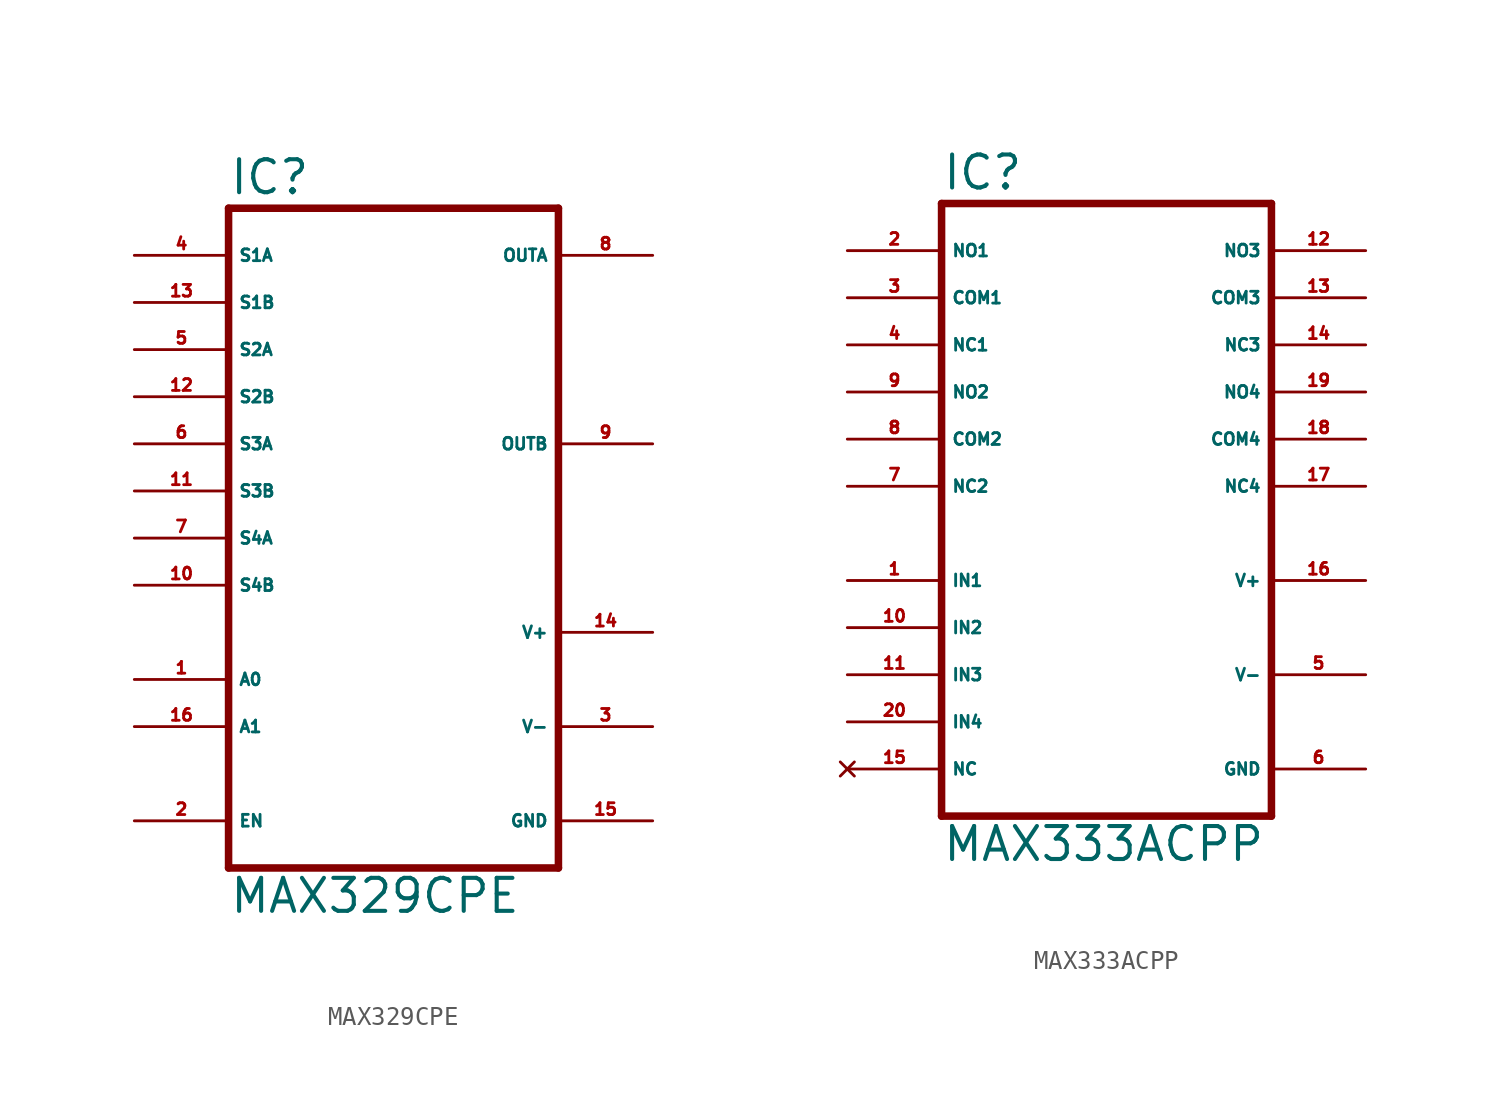
<source format=kicad_sym>
(kicad_symbol_lib
  (version 20220914)
  (generator Eagle2Kicad)
  (symbol "MAX329CPE"
    (property "Reference" "IC"
      (at -10.16 18.415 0)
      (effects (font (size 1.778 1.778) (thickness 0.22)) (justify left bottom)))
    (property "Value" "MAX329CPE"
      (at -10.16 -20.32 0)
      (effects (font (size 1.778 1.778) (thickness 0.22)) (justify left bottom)))
    (polyline
      (pts (xy 7.62 -17.78) (xy -10.16 -17.78))
      (stroke (width 0.406) (type default))
      (fill (type none)))
    (polyline
      (pts (xy -10.16 17.78) (xy -10.16 -17.78))
      (stroke (width 0.406) (type default))
      (fill (type none)))
    (polyline
      (pts (xy -10.16 17.78) (xy 7.62 17.78))
      (stroke (width 0.406) (type default))
      (fill (type none)))
    (polyline
      (pts (xy 7.62 -17.78) (xy 7.62 17.78))
      (stroke (width 0.406) (type default))
      (fill (type none)))
    (pin passive line
      (at -15.24 5.08 0)
      (length 5.08)
      (name "S3A" (effects (font (size 0.635 0.635) (thickness 0.08)) (justify left bottom)))
      (number "6" (effects (font (size 0.635 0.635) (thickness 0.08)) (justify left bottom))))
    (pin passive line
      (at -15.24 2.54 0)
      (length 5.08)
      (name "S3B" (effects (font (size 0.635 0.635) (thickness 0.08)) (justify left bottom)))
      (number "11" (effects (font (size 0.635 0.635) (thickness 0.08)) (justify left bottom))))
    (pin passive line
      (at -15.24 0 0)
      (length 5.08)
      (name "S4A" (effects (font (size 0.635 0.635) (thickness 0.08)) (justify left bottom)))
      (number "7" (effects (font (size 0.635 0.635) (thickness 0.08)) (justify left bottom))))
    (pin passive line
      (at -15.24 -2.54 0)
      (length 5.08)
      (name "S4B" (effects (font (size 0.635 0.635) (thickness 0.08)) (justify left bottom)))
      (number "10" (effects (font (size 0.635 0.635) (thickness 0.08)) (justify left bottom))))
    (pin passive line
      (at -15.24 15.24 0)
      (length 5.08)
      (name "S1A" (effects (font (size 0.635 0.635) (thickness 0.08)) (justify left bottom)))
      (number "4" (effects (font (size 0.635 0.635) (thickness 0.08)) (justify left bottom))))
    (pin passive line
      (at -15.24 12.7 0)
      (length 5.08)
      (name "S1B" (effects (font (size 0.635 0.635) (thickness 0.08)) (justify left bottom)))
      (number "13" (effects (font (size 0.635 0.635) (thickness 0.08)) (justify left bottom))))
    (pin passive line
      (at -15.24 10.16 0)
      (length 5.08)
      (name "S2A" (effects (font (size 0.635 0.635) (thickness 0.08)) (justify left bottom)))
      (number "5" (effects (font (size 0.635 0.635) (thickness 0.08)) (justify left bottom))))
    (pin passive line
      (at -15.24 7.62 0)
      (length 5.08)
      (name "S2B" (effects (font (size 0.635 0.635) (thickness 0.08)) (justify left bottom)))
      (number "12" (effects (font (size 0.635 0.635) (thickness 0.08)) (justify left bottom))))
    (pin passive line
      (at 12.7 15.24 180)
      (length 5.08)
      (name "OUTA" (effects (font (size 0.635 0.635) (thickness 0.08)) (justify left bottom)))
      (number "8" (effects (font (size 0.635 0.635) (thickness 0.08)) (justify left bottom))))
    (pin unspecified line
      (at 12.7 -15.24 180)
      (length 5.08)
      (name "GND" (effects (font (size 0.635 0.635) (thickness 0.08)) (justify left bottom)))
      (number "15" (effects (font (size 0.635 0.635) (thickness 0.08)) (justify left bottom))))
    (pin unspecified line
      (at 12.7 -10.16 180)
      (length 5.08)
      (name "V-" (effects (font (size 0.635 0.635) (thickness 0.08)) (justify left bottom)))
      (number "3" (effects (font (size 0.635 0.635) (thickness 0.08)) (justify left bottom))))
    (pin unspecified line
      (at 12.7 -5.08 180)
      (length 5.08)
      (name "V+" (effects (font (size 0.635 0.635) (thickness 0.08)) (justify left bottom)))
      (number "14" (effects (font (size 0.635 0.635) (thickness 0.08)) (justify left bottom))))
    (pin input line
      (at -15.24 -7.62 0)
      (length 5.08)
      (name "A0" (effects (font (size 0.635 0.635) (thickness 0.08)) (justify left bottom)))
      (number "1" (effects (font (size 0.635 0.635) (thickness 0.08)) (justify left bottom))))
    (pin input line
      (at -15.24 -10.16 0)
      (length 5.08)
      (name "A1" (effects (font (size 0.635 0.635) (thickness 0.08)) (justify left bottom)))
      (number "16" (effects (font (size 0.635 0.635) (thickness 0.08)) (justify left bottom))))
    (pin input line
      (at -15.24 -15.24 0)
      (length 5.08)
      (name "EN" (effects (font (size 0.635 0.635) (thickness 0.08)) (justify left bottom)))
      (number "2" (effects (font (size 0.635 0.635) (thickness 0.08)) (justify left bottom))))
    (pin passive line
      (at 12.7 5.08 180)
      (length 5.08)
      (name "OUTB" (effects (font (size 0.635 0.635) (thickness 0.08)) (justify left bottom)))
      (number "9" (effects (font (size 0.635 0.635) (thickness 0.08)) (justify left bottom)))))
  (symbol "MAX333ACPP"
    (property "Reference" "IC"
      (at -10.16 15.875 0)
      (effects (font (size 1.778 1.778) (thickness 0.22)) (justify left bottom)))
    (property "Value" "MAX333ACPP"
      (at -10.16 -20.32 0)
      (effects (font (size 1.778 1.778) (thickness 0.22)) (justify left bottom)))
    (polyline
      (pts (xy -10.16 15.24) (xy -10.16 -17.78))
      (stroke (width 0.406) (type default))
      (fill (type none)))
    (polyline
      (pts (xy -10.16 15.24) (xy 7.62 15.24))
      (stroke (width 0.406) (type default))
      (fill (type none)))
    (polyline
      (pts (xy 7.62 -17.78) (xy 7.62 15.24))
      (stroke (width 0.406) (type default))
      (fill (type none)))
    (polyline
      (pts (xy 7.62 -17.78) (xy -10.16 -17.78))
      (stroke (width 0.406) (type default))
      (fill (type none)))
    (pin input line
      (at -15.24 -5.08 0)
      (length 5.08)
      (name "IN1" (effects (font (size 0.635 0.635) (thickness 0.08)) (justify left bottom)))
      (number "1" (effects (font (size 0.635 0.635) (thickness 0.08)) (justify left bottom))))
    (pin input line
      (at -15.24 -7.62 0)
      (length 5.08)
      (name "IN2" (effects (font (size 0.635 0.635) (thickness 0.08)) (justify left bottom)))
      (number "10" (effects (font (size 0.635 0.635) (thickness 0.08)) (justify left bottom))))
    (pin input line
      (at -15.24 -10.16 0)
      (length 5.08)
      (name "IN3" (effects (font (size 0.635 0.635) (thickness 0.08)) (justify left bottom)))
      (number "11" (effects (font (size 0.635 0.635) (thickness 0.08)) (justify left bottom))))
    (pin input line
      (at -15.24 -12.7 0)
      (length 5.08)
      (name "IN4" (effects (font (size 0.635 0.635) (thickness 0.08)) (justify left bottom)))
      (number "20" (effects (font (size 0.635 0.635) (thickness 0.08)) (justify left bottom))))
    (pin passive line
      (at -15.24 12.7 0)
      (length 5.08)
      (name "NO1" (effects (font (size 0.635 0.635) (thickness 0.08)) (justify left bottom)))
      (number "2" (effects (font (size 0.635 0.635) (thickness 0.08)) (justify left bottom))))
    (pin passive line
      (at -15.24 10.16 0)
      (length 5.08)
      (name "COM1" (effects (font (size 0.635 0.635) (thickness 0.08)) (justify left bottom)))
      (number "3" (effects (font (size 0.635 0.635) (thickness 0.08)) (justify left bottom))))
    (pin passive line
      (at -15.24 7.62 0)
      (length 5.08)
      (name "NC1" (effects (font (size 0.635 0.635) (thickness 0.08)) (justify left bottom)))
      (number "4" (effects (font (size 0.635 0.635) (thickness 0.08)) (justify left bottom))))
    (pin passive line
      (at -15.24 5.08 0)
      (length 5.08)
      (name "NO2" (effects (font (size 0.635 0.635) (thickness 0.08)) (justify left bottom)))
      (number "9" (effects (font (size 0.635 0.635) (thickness 0.08)) (justify left bottom))))
    (pin passive line
      (at -15.24 2.54 0)
      (length 5.08)
      (name "COM2" (effects (font (size 0.635 0.635) (thickness 0.08)) (justify left bottom)))
      (number "8" (effects (font (size 0.635 0.635) (thickness 0.08)) (justify left bottom))))
    (pin passive line
      (at -15.24 0 0)
      (length 5.08)
      (name "NC2" (effects (font (size 0.635 0.635) (thickness 0.08)) (justify left bottom)))
      (number "7" (effects (font (size 0.635 0.635) (thickness 0.08)) (justify left bottom))))
    (pin passive line
      (at 12.7 12.7 180)
      (length 5.08)
      (name "NO3" (effects (font (size 0.635 0.635) (thickness 0.08)) (justify left bottom)))
      (number "12" (effects (font (size 0.635 0.635) (thickness 0.08)) (justify left bottom))))
    (pin passive line
      (at 12.7 10.16 180)
      (length 5.08)
      (name "COM3" (effects (font (size 0.635 0.635) (thickness 0.08)) (justify left bottom)))
      (number "13" (effects (font (size 0.635 0.635) (thickness 0.08)) (justify left bottom))))
    (pin passive line
      (at 12.7 7.62 180)
      (length 5.08)
      (name "NC3" (effects (font (size 0.635 0.635) (thickness 0.08)) (justify left bottom)))
      (number "14" (effects (font (size 0.635 0.635) (thickness 0.08)) (justify left bottom))))
    (pin passive line
      (at 12.7 5.08 180)
      (length 5.08)
      (name "NO4" (effects (font (size 0.635 0.635) (thickness 0.08)) (justify left bottom)))
      (number "19" (effects (font (size 0.635 0.635) (thickness 0.08)) (justify left bottom))))
    (pin passive line
      (at 12.7 2.54 180)
      (length 5.08)
      (name "COM4" (effects (font (size 0.635 0.635) (thickness 0.08)) (justify left bottom)))
      (number "18" (effects (font (size 0.635 0.635) (thickness 0.08)) (justify left bottom))))
    (pin passive line
      (at 12.7 0 180)
      (length 5.08)
      (name "NC4" (effects (font (size 0.635 0.635) (thickness 0.08)) (justify left bottom)))
      (number "17" (effects (font (size 0.635 0.635) (thickness 0.08)) (justify left bottom))))
    (pin unspecified line
      (at 12.7 -5.08 180)
      (length 5.08)
      (name "V+" (effects (font (size 0.635 0.635) (thickness 0.08)) (justify left bottom)))
      (number "16" (effects (font (size 0.635 0.635) (thickness 0.08)) (justify left bottom))))
    (pin unspecified line
      (at 12.7 -10.16 180)
      (length 5.08)
      (name "V-" (effects (font (size 0.635 0.635) (thickness 0.08)) (justify left bottom)))
      (number "5" (effects (font (size 0.635 0.635) (thickness 0.08)) (justify left bottom))))
    (pin unspecified line
      (at 12.7 -15.24 180)
      (length 5.08)
      (name "GND" (effects (font (size 0.635 0.635) (thickness 0.08)) (justify left bottom)))
      (number "6" (effects (font (size 0.635 0.635) (thickness 0.08)) (justify left bottom))))
    (pin no_connect line
      (at -15.24 -15.24 0)
      (length 5.08)
      (name "NC" (effects (font (size 0.635 0.635) (thickness 0.08)) (justify left bottom) hide))
      (number "15" (effects (font (size 0.635 0.635) (thickness 0.08)) (justify left bottom) hide)))))
</source>
